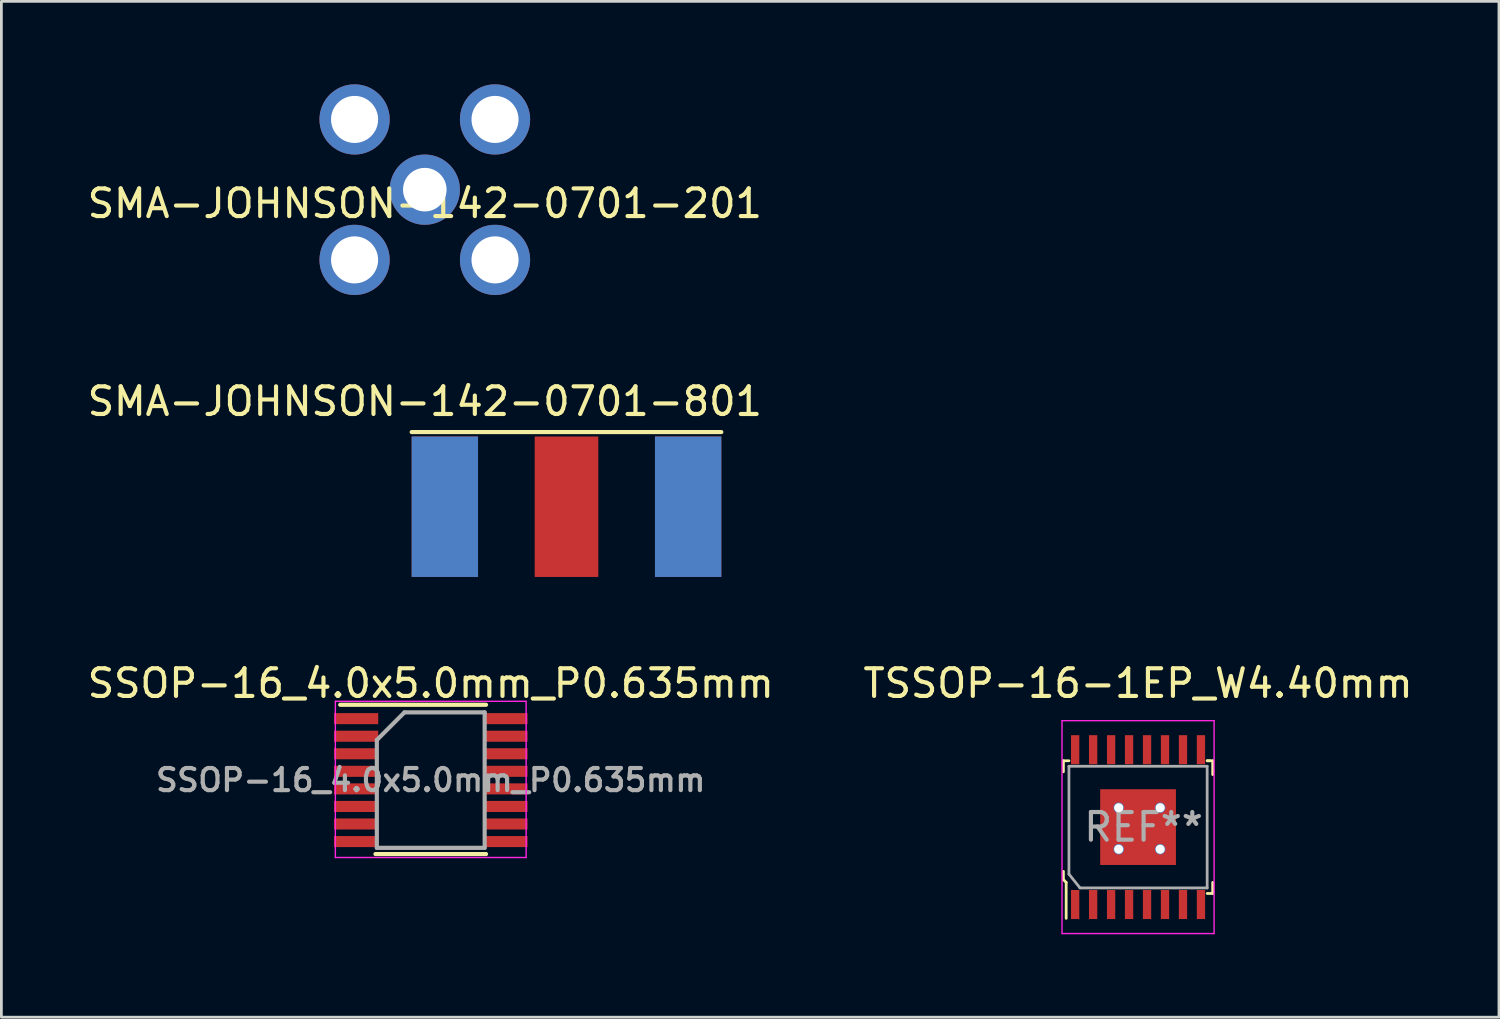
<source format=kicad_pcb>
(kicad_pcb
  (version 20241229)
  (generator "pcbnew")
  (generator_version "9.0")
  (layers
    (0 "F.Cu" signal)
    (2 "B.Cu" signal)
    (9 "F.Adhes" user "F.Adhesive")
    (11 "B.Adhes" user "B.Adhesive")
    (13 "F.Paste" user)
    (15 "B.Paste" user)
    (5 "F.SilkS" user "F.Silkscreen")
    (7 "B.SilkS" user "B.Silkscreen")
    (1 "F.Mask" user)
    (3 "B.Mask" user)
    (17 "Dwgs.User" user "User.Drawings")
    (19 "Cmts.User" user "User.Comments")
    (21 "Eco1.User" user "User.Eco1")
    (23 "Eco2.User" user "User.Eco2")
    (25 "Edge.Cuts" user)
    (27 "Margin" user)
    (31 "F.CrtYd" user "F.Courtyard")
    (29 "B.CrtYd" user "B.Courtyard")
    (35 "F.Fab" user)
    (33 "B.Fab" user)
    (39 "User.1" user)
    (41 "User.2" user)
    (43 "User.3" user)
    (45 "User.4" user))
  (footprint "SSOP-16_4.0x5.0mm_P0.635mm"
    (layer "F.Cu")
    (at 12.53 25.166)
    (property "Reference" "SSOP-16_4.0x5.0mm_P0.635mm" (at 0 -3.5 0) (layer "F.SilkS") (effects (font (size 1 1) (thickness 0.15))))
    (attr smd)
    (fp_line (start -3.275 -2.725) (end 2 -2.725) (stroke (width 0.15) (type solid)) (layer "F.SilkS"))
    (fp_line (start -2 2.675) (end 2 2.675) (stroke (width 0.15) (type solid)) (layer "F.SilkS"))
    (fp_line (start -3.45 -2.85) (end -3.45 2.8) (stroke (width 0.05) (type solid)) (layer "F.CrtYd"))
    (fp_line (start -3.45 -2.85) (end 3.45 -2.85) (stroke (width 0.05) (type solid)) (layer "F.CrtYd"))
    (fp_line (start -3.45 2.8) (end 3.45 2.8) (stroke (width 0.05) (type solid)) (layer "F.CrtYd"))
    (fp_line (start 3.45 -2.85) (end 3.45 2.8) (stroke (width 0.05) (type solid)) (layer "F.CrtYd"))
    (fp_line (start -1.95 -1.45) (end -0.95 -2.45) (stroke (width 0.15) (type solid)) (layer "F.Fab"))
    (fp_line (start -1.95 2.45) (end -1.95 -1.45) (stroke (width 0.15) (type solid)) (layer "F.Fab"))
    (fp_line (start -0.95 -2.45) (end 1.95 -2.45) (stroke (width 0.15) (type solid)) (layer "F.Fab"))
    (fp_line (start 1.95 -2.45) (end 1.95 2.45) (stroke (width 0.15) (type solid)) (layer "F.Fab"))
    (fp_line (start 1.95 2.45) (end -1.95 2.45) (stroke (width 0.15) (type solid)) (layer "F.Fab"))
    (fp_text user "${REFERENCE}" (at 0 0 0) (layer "F.Fab") (effects (font (size 0.8 0.8) (thickness 0.15))))
    (pad "1" smd rect (at -2.7 -2.223) (size 1.6 0.4) (layers "F.Cu" "F.Mask" "F.Paste"))
    (pad "2" smd rect (at -2.7 -1.587) (size 1.6 0.4) (layers "F.Cu" "F.Mask" "F.Paste"))
    (pad "3" smd rect (at -2.7 -0.953) (size 1.6 0.4) (layers "F.Cu" "F.Mask" "F.Paste"))
    (pad "4" smd rect (at -2.7 -0.318) (size 1.6 0.4) (layers "F.Cu" "F.Mask" "F.Paste"))
    (pad "5" smd rect (at -2.7 0.318) (size 1.6 0.4) (layers "F.Cu" "F.Mask" "F.Paste"))
    (pad "6" smd rect (at -2.7 0.953) (size 1.6 0.4) (layers "F.Cu" "F.Mask" "F.Paste"))
    (pad "7" smd rect (at -2.7 1.587) (size 1.6 0.4) (layers "F.Cu" "F.Mask" "F.Paste"))
    (pad "8" smd rect (at -2.7 2.223) (size 1.6 0.4) (layers "F.Cu" "F.Mask" "F.Paste"))
    (pad "9" smd rect (at 2.7 2.223) (size 1.6 0.4) (layers "F.Cu" "F.Mask" "F.Paste"))
    (pad "10" smd rect (at 2.7 1.587) (size 1.6 0.4) (layers "F.Cu" "F.Mask" "F.Paste"))
    (pad "11" smd rect (at 2.7 0.953) (size 1.6 0.4) (layers "F.Cu" "F.Mask" "F.Paste"))
    (pad "12" smd rect (at 2.7 0.318) (size 1.6 0.4) (layers "F.Cu" "F.Mask" "F.Paste"))
    (pad "13" smd rect (at 2.7 -0.318) (size 1.6 0.4) (layers "F.Cu" "F.Mask" "F.Paste"))
    (pad "14" smd rect (at 2.7 -0.953) (size 1.6 0.4) (layers "F.Cu" "F.Mask" "F.Paste"))
    (pad "15" smd rect (at 2.7 -1.587) (size 1.6 0.4) (layers "F.Cu" "F.Mask" "F.Paste"))
    (pad "16" smd rect (at 2.7 -2.223) (size 1.6 0.4) (layers "F.Cu" "F.Mask" "F.Paste")))
  (footprint "SMA-JOHNSON-142-0701-801"
    (layer "F.Cu")
    (at 17.44 15.278)
    (property "Reference" "SMA-JOHNSON-142-0701-801" (at -5.125 -3.81 0) (layer "F.SilkS") (effects (font (size 1 1) (thickness 0.15))))
    (attr through_hole)
    (fp_line (start -5.6 -2.7) (end 5.6 -2.7) (stroke (width 0.15) (type solid)) (layer "F.SilkS"))
    (pad "1" smd rect (at 0 0) (size 2.3 5.08) (layers "F.Cu" "F.Mask" "F.Paste"))
    (pad "2" smd rect (at -4.4 0) (size 2.4 5.08) (layers "F.Cu" "F.Mask" "F.Paste"))
    (pad "2" smd rect (at -4.4 0) (size 2.4 5.08) (layers "B.Cu" "B.Mask" "B.Paste"))
    (pad "2" smd rect (at 4.4 0) (size 2.4 5.08) (layers "F.Cu" "F.Mask" "F.Paste"))
    (pad "2" smd rect (at 4.4 0) (size 2.4 5.08) (layers "B.Cu" "B.Mask" "B.Paste")))
  (footprint "SMA-JOHNSON-142-0701-201"
    (layer "F.Cu")
    (at 12.315 3.81)
    (property "Reference" "SMA-JOHNSON-142-0701-201" (at 0 0.5 0) (layer "F.SilkS") (effects (font (size 1 1) (thickness 0.15))))
    (attr through_hole)
    (pad "1" thru_hole circle (at 0 0) (size 2.54 2.54) (drill 1.575) (layers "*.Cu" "*.Mask"))
    (pad "2" thru_hole circle (at -2.54 -2.54) (size 2.54 2.54) (drill 1.702) (layers "*.Cu" "*.Mask"))
    (pad "2" thru_hole circle (at -2.54 2.54) (size 2.54 2.54) (drill 1.702) (layers "*.Cu" "*.Mask"))
    (pad "2" thru_hole circle (at 2.54 -2.54) (size 2.54 2.54) (drill 1.702) (layers "*.Cu" "*.Mask"))
    (pad "2" thru_hole circle (at 2.54 2.54) (size 2.54 2.54) (drill 1.702) (layers "*.Cu" "*.Mask")))
  (footprint "TSSOP-16-1EP_W4.40mm"
    (layer "F.Cu")
    (at 38.113 26.866)
    (property "Reference" "TSSOP-16-1EP_W4.40mm" (at 0 -5.2 0) (layer "F.SilkS") (effects (font (size 1 1) (thickness 0.15))))
    (attr smd)
    (fp_line (start -2.7 -2.4) (end -2.7 -2) (stroke (width 0.1) (type solid)) (layer "F.SilkS"))
    (fp_line (start -2.7 1.6) (end -2.7 1.9) (stroke (width 0.1) (type solid)) (layer "F.SilkS"))
    (fp_line (start -2.7 1.9) (end -2.6 2) (stroke (width 0.1) (type solid)) (layer "F.SilkS"))
    (fp_line (start -2.6 2) (end -2.6 3.3) (stroke (width 0.1) (type solid)) (layer "F.SilkS"))
    (fp_line (start -2.5 -2.4) (end -2.7 -2.4) (stroke (width 0.1) (type solid)) (layer "F.SilkS"))
    (fp_line (start 2.5 -2.4) (end 2.7 -2.4) (stroke (width 0.1) (type solid)) (layer "F.SilkS"))
    (fp_line (start 2.5 2.4) (end 2.7 2.4) (stroke (width 0.1) (type solid)) (layer "F.SilkS"))
    (fp_line (start 2.6 -2.4) (end 2.5 -2.4) (stroke (width 0.1) (type solid)) (layer "F.SilkS"))
    (fp_line (start 2.7 -2.4) (end 2.7 -1.9) (stroke (width 0.1) (type solid)) (layer "F.SilkS"))
    (fp_line (start 2.7 2.4) (end 2.7 2) (stroke (width 0.1) (type solid)) (layer "F.SilkS"))
    (fp_line (start -2.75 -3.85) (end -2.75 3.85) (stroke (width 0.05) (type solid)) (layer "F.CrtYd"))
    (fp_line (start -2.75 -3.85) (end 2.75 -3.85) (stroke (width 0.05) (type solid)) (layer "F.CrtYd"))
    (fp_line (start -2.75 3.85) (end 2.75 3.85) (stroke (width 0.05) (type solid)) (layer "F.CrtYd"))
    (fp_line (start 2.75 -3.85) (end 2.75 3.85) (stroke (width 0.05) (type solid)) (layer "F.CrtYd"))
    (fp_line (start -2.5 1.7) (end -2.5 -2.2) (stroke (width 0.1) (type solid)) (layer "F.Fab"))
    (fp_line (start -2.5 1.7) (end -2.1 2.2) (stroke (width 0.1) (type solid)) (layer "F.Fab"))
    (fp_line (start -2.1 2.2) (end 2.5 2.2) (stroke (width 0.1) (type solid)) (layer "F.Fab"))
    (fp_line (start 2.5 -2.2) (end -2.5 -2.2) (stroke (width 0.1) (type solid)) (layer "F.Fab"))
    (fp_line (start 2.5 -2.2) (end 2.5 2.2) (stroke (width 0.1) (type solid)) (layer "F.Fab"))
    (fp_text user "REF**" (at 0.2 0 0) (layer "F.Fab") (effects (font (size 1 1) (thickness 0.15))))
    (pad "1" smd rect (at -2.275 2.8) (size 0.3 1.05) (layers "F.Cu" "F.Mask" "F.Paste"))
    (pad "2" smd rect (at -1.625 2.8) (size 0.3 1.05) (layers "F.Cu" "F.Mask" "F.Paste"))
    (pad "3" smd rect (at -0.975 2.8) (size 0.3 1.05) (layers "F.Cu" "F.Mask" "F.Paste"))
    (pad "4" smd rect (at -0.325 2.8) (size 0.3 1.05) (layers "F.Cu" "F.Mask" "F.Paste"))
    (pad "5" smd rect (at 0.325 2.8) (size 0.3 1.05) (layers "F.Cu" "F.Mask" "F.Paste"))
    (pad "6" smd rect (at 0.975 2.8) (size 0.3 1.05) (layers "F.Cu" "F.Mask" "F.Paste"))
    (pad "7" smd rect (at 1.625 2.8) (size 0.3 1.05) (layers "F.Cu" "F.Mask" "F.Paste"))
    (pad "8" smd rect (at 2.275 2.8) (size 0.3 1.05) (layers "F.Cu" "F.Mask" "F.Paste"))
    (pad "9" smd rect (at 2.275 -2.8) (size 0.3 1.05) (layers "F.Cu" "F.Mask" "F.Paste"))
    (pad "10" smd rect (at 1.625 -2.8) (size 0.3 1.05) (layers "F.Cu" "F.Mask" "F.Paste"))
    (pad "11" smd rect (at 0.975 -2.8) (size 0.3 1.05) (layers "F.Cu" "F.Mask" "F.Paste"))
    (pad "12" smd rect (at 0.325 -2.8) (size 0.3 1.05) (layers "F.Cu" "F.Mask" "F.Paste"))
    (pad "13" smd rect (at -0.325 -2.8) (size 0.3 1.05) (layers "F.Cu" "F.Mask" "F.Paste"))
    (pad "14" smd rect (at -0.975 -2.8) (size 0.3 1.05) (layers "F.Cu" "F.Mask" "F.Paste"))
    (pad "15" smd rect (at -1.625 -2.8) (size 0.3 1.05) (layers "F.Cu" "F.Mask" "F.Paste"))
    (pad "16" smd rect (at -2.275 -2.8) (size 0.3 1.05) (layers "F.Cu" "F.Mask" "F.Paste"))
    (pad "17" thru_hole circle (at -0.7 -0.7) (size 0.38 0.38) (drill 0.33) (layers "*.Cu" "*.Mask"))
    (pad "17" thru_hole circle (at -0.7 0.8) (size 0.38 0.38) (drill 0.33) (layers "*.Cu" "*.Mask"))
    (pad "17" smd rect (at 0 0) (size 2.31 2.46) (layers "F.Cu" "F.Mask" "F.Paste"))
    (pad "17" smd rect (at 0 0 180) (size 2.74 2.74) (layers "F.Cu"))
    (pad "17" thru_hole circle (at 0.8 -0.7) (size 0.38 0.38) (drill 0.33) (layers "*.Cu" "*.Mask"))
    (pad "17" thru_hole circle (at 0.8 0.8) (size 0.38 0.38) (drill 0.33) (layers "*.Cu" "*.Mask")))
  (gr_rect
    (start -3 -3)
    (end 51.167 33.742)
    (stroke (width 0.1) (type default))
    (fill no)
    (layer "Edge.Cuts")))
</source>
